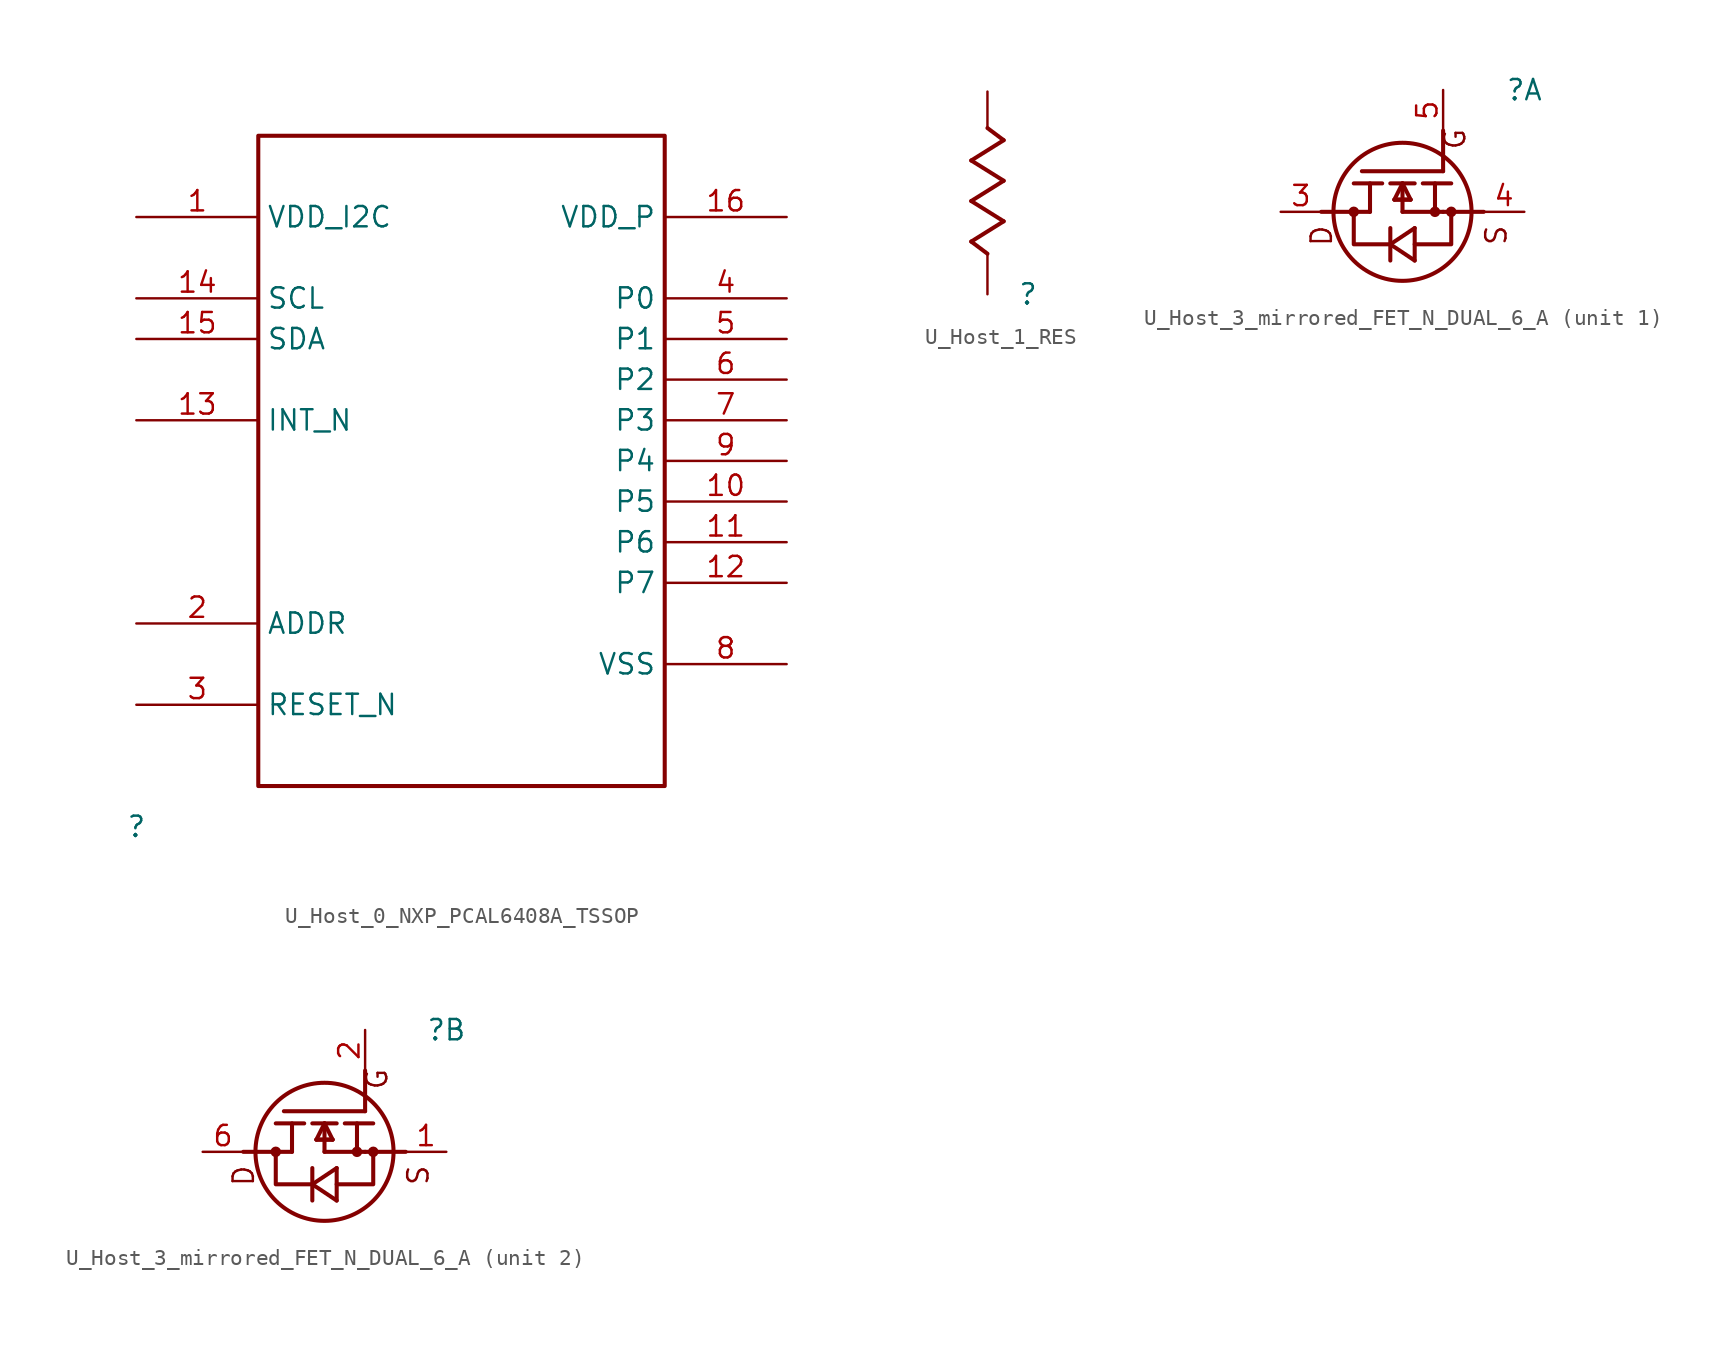
<source format=kicad_sym>
(kicad_symbol_lib
  (version 20231120)
  (generator "kicad_symbol_editor")
  (generator_version "8.0")
  (symbol "U_Host_0_NXP_PCAL6408A_TSSOP"
    (property "Reference" ""
      (at 0 0 0)
      (effects (font (size 1.27 1.27))))
    (property "Value" ""
      (at 0 0 0)
      (effects (font (size 1.27 1.27))))
    (symbol "U_Host_0_NXP_PCAL6408A_TSSOP_1_0"
      (polyline (pts (xy 7.62 2.54) (xy 33.02 2.54) (xy 33.02 43.18) (xy 7.62 43.18) (xy 7.62 2.54)) (stroke (width 0.254) (type solid)) (fill (type none)))
      (pin power_in line (at 0 38.1 0) (length 7.62) (name "VDD_I2C" (effects (font (size 1.27 1.27)))) (number "1" (effects (font (size 1.27 1.27)))))
      (pin bidirectional line (at 40.64 20.32 180) (length 7.62) (name "P5" (effects (font (size 1.27 1.27)))) (number "10" (effects (font (size 1.27 1.27)))))
      (pin bidirectional line (at 40.64 17.78 180) (length 7.62) (name "P6" (effects (font (size 1.27 1.27)))) (number "11" (effects (font (size 1.27 1.27)))))
      (pin bidirectional line (at 40.64 15.24 180) (length 7.62) (name "P7" (effects (font (size 1.27 1.27)))) (number "12" (effects (font (size 1.27 1.27)))))
      (pin open_collector line (at 0 25.4 0) (length 7.62) (name "INT_N" (effects (font (size 1.27 1.27)))) (number "13" (effects (font (size 1.27 1.27)))))
      (pin input line (at 0 33.02 0) (length 7.62) (name "SCL" (effects (font (size 1.27 1.27)))) (number "14" (effects (font (size 1.27 1.27)))))
      (pin bidirectional line (at 0 30.48 0) (length 7.62) (name "SDA" (effects (font (size 1.27 1.27)))) (number "15" (effects (font (size 1.27 1.27)))))
      (pin power_in line (at 40.64 38.1 180) (length 7.62) (name "VDD_P" (effects (font (size 1.27 1.27)))) (number "16" (effects (font (size 1.27 1.27)))))
      (pin input line (at 0 12.7 0) (length 7.62) (name "ADDR" (effects (font (size 1.27 1.27)))) (number "2" (effects (font (size 1.27 1.27)))))
      (pin input line (at 0 7.62 0) (length 7.62) (name "RESET_N" (effects (font (size 1.27 1.27)))) (number "3" (effects (font (size 1.27 1.27)))))
      (pin bidirectional line (at 40.64 33.02 180) (length 7.62) (name "P0" (effects (font (size 1.27 1.27)))) (number "4" (effects (font (size 1.27 1.27)))))
      (pin bidirectional line (at 40.64 30.48 180) (length 7.62) (name "P1" (effects (font (size 1.27 1.27)))) (number "5" (effects (font (size 1.27 1.27)))))
      (pin bidirectional line (at 40.64 27.94 180) (length 7.62) (name "P2" (effects (font (size 1.27 1.27)))) (number "6" (effects (font (size 1.27 1.27)))))
      (pin bidirectional line (at 40.64 25.4 180) (length 7.62) (name "P3" (effects (font (size 1.27 1.27)))) (number "7" (effects (font (size 1.27 1.27)))))
      (pin power_in line (at 40.64 10.16 180) (length 7.62) (name "VSS" (effects (font (size 1.27 1.27)))) (number "8" (effects (font (size 1.27 1.27)))))
      (pin bidirectional line (at 40.64 22.86 180) (length 7.62) (name "P4" (effects (font (size 1.27 1.27)))) (number "9" (effects (font (size 1.27 1.27)))))))
  (symbol "U_Host_1_RES"
    (property "Reference" ""
      (at 0 0 0)
      (effects (font (size 1.27 1.27))))
    (property "Value" ""
      (at 0 0 0)
      (effects (font (size 1.27 1.27))))
    (symbol "U_Host_1_RES_1_0"
      (polyline (pts (xy -3.556 3.302) (xy -1.524 4.572)) (stroke (width 0.254) (type solid)) (fill (type none)))
      (polyline (pts (xy -3.556 5.842) (xy -1.524 7.112)) (stroke (width 0.254) (type solid)) (fill (type none)))
      (polyline (pts (xy -3.556 8.382) (xy -1.524 9.652)) (stroke (width 0.254) (type solid)) (fill (type none)))
      (polyline (pts (xy -2.54 2.54) (xy -3.556 3.302)) (stroke (width 0.254) (type solid)) (fill (type none)))
      (polyline (pts (xy -1.524 4.572) (xy -3.556 5.842)) (stroke (width 0.254) (type solid)) (fill (type none)))
      (polyline (pts (xy -1.524 7.112) (xy -3.556 8.382)) (stroke (width 0.254) (type solid)) (fill (type none)))
      (polyline (pts (xy -1.524 9.652) (xy -2.54 10.414)) (stroke (width 0.254) (type solid)) (fill (type none)))
      (pin passive line (at -2.54 0 90) (length 2.54) (name "1" (effects (font (size 0 0)))) (number "1" (effects (font (size 0 0)))))
      (pin passive line (at -2.54 12.7 270) (length 2.286) (name "2" (effects (font (size 0 0)))) (number "2" (effects (font (size 0 0)))))))
  (symbol "U_Host_3_mirrored_FET_N_DUAL_6_A"
    (property "Reference" ""
      (at 0 0 0)
      (effects (font (size 1.27 1.27))))
    (property "Value" ""
      (at 0 0 0)
      (effects (font (size 1.27 1.27))))
    (symbol "U_Host_3_mirrored_FET_N_DUAL_6_A_1_0"
      (circle (center -10.668 -7.62) (radius 0.203) (stroke (width 0.254) (type solid)) (fill (type none)))
      (circle (center -7.62 -7.62) (radius 4.318) (stroke (width 0.254) (type solid)) (fill (type none)))
      (circle (center -5.588 -7.62) (radius 0.203) (stroke (width 0.254) (type solid)) (fill (type none)))
      (circle (center -4.572 -7.62) (radius 0.203) (stroke (width 0.254) (type solid)) (fill (type none)))
      (polyline (pts (xy -12.7 -7.62) (xy -9.652 -7.62)) (stroke (width 0.254) (type solid)) (fill (type none)))
      (polyline (pts (xy -10.668 -5.842) (xy -8.89 -5.842)) (stroke (width 0.254) (type solid)) (fill (type none)))
      (polyline (pts (xy -10.16 -5.08) (xy -5.08 -5.08)) (stroke (width 0.254) (type solid)) (fill (type none)))
      (polyline (pts (xy -9.652 -7.62) (xy -9.652 -5.842)) (stroke (width 0.254) (type solid)) (fill (type none)))
      (polyline (pts (xy -8.382 -9.652) (xy -6.858 -10.668)) (stroke (width 0.254) (type solid)) (fill (type none)))
      (polyline (pts (xy -8.382 -8.636) (xy -8.382 -10.668)) (stroke (width 0.254) (type solid)) (fill (type none)))
      (polyline (pts (xy -8.382 -5.842) (xy -6.858 -5.842)) (stroke (width 0.254) (type solid)) (fill (type none)))
      (polyline (pts (xy -8.128 -6.858) (xy -7.112 -6.858)) (stroke (width 0.254) (type solid)) (fill (type none)))
      (polyline (pts (xy -8.128 -6.858) (xy -7.112 -6.858)) (stroke (width 0.254) (type solid)) (fill (type none)))
      (polyline (pts (xy -7.62 -7.62) (xy -7.62 -5.842)) (stroke (width 0.254) (type solid)) (fill (type none)))
      (polyline (pts (xy -7.62 -5.842) (xy -8.128 -6.858)) (stroke (width 0.254) (type solid)) (fill (type none)))
      (polyline (pts (xy -7.112 -6.858) (xy -7.62 -5.842)) (stroke (width 0.254) (type solid)) (fill (type none)))
      (polyline (pts (xy -6.858 -10.668) (xy -6.858 -8.636)) (stroke (width 0.254) (type solid)) (fill (type none)))
      (polyline (pts (xy -6.858 -8.636) (xy -8.382 -9.652)) (stroke (width 0.254) (type solid)) (fill (type none)))
      (polyline (pts (xy -6.35 -5.842) (xy -4.572 -5.842)) (stroke (width 0.254) (type solid)) (fill (type none)))
      (polyline (pts (xy -5.588 -5.842) (xy -5.588 -7.62)) (stroke (width 0.254) (type solid)) (fill (type none)))
      (polyline (pts (xy -5.08 -7.62) (xy -7.62 -7.62)) (stroke (width 0.254) (type solid)) (fill (type none)))
      (polyline (pts (xy -5.08 -7.62) (xy -2.54 -7.62)) (stroke (width 0.254) (type solid)) (fill (type none)))
      (polyline (pts (xy -5.08 -5.08) (xy -5.08 -2.54)) (stroke (width 0.254) (type solid)) (fill (type none)))
      (polyline (pts (xy -8.382 -9.652) (xy -10.668 -9.652) (xy -10.668 -7.62)) (stroke (width 0.254) (type solid)) (fill (type none)))
      (polyline (pts (xy -6.858 -9.652) (xy -4.572 -9.652) (xy -4.572 -7.62)) (stroke (width 0.254) (type solid)) (fill (type none)))
      (text "D" (at -11.938 -8.382 900) (effects (font (size 1.27 1.27)) (justify right bottom)))
      (text "G" (at -5.08 -3.81 900) (effects (font (size 1.27 1.27)) (justify left top)))
      (text "S" (at -1.016 -8.382 900) (effects (font (size 1.27 1.27)) (justify right bottom)))
      (pin passive line (at -15.24 -7.62 0) (length 2.54) (name "D" (effects (font (size 0 0)))) (number "3" (effects (font (size 1.27 1.27)))))
      (pin passive line (at 0 -7.62 180) (length 2.54) (name "S" (effects (font (size 0 0)))) (number "4" (effects (font (size 1.27 1.27)))))
      (pin passive line (at -5.08 0 270) (length 2.54) (name "G" (effects (font (size 0 0)))) (number "5" (effects (font (size 1.27 1.27))))))
    (symbol "U_Host_3_mirrored_FET_N_DUAL_6_A_2_0"
      (circle (center -10.668 -7.62) (radius 0.203) (stroke (width 0.254) (type solid)) (fill (type none)))
      (circle (center -7.62 -7.62) (radius 4.318) (stroke (width 0.254) (type solid)) (fill (type none)))
      (circle (center -5.588 -7.62) (radius 0.203) (stroke (width 0.254) (type solid)) (fill (type none)))
      (circle (center -4.572 -7.62) (radius 0.203) (stroke (width 0.254) (type solid)) (fill (type none)))
      (polyline (pts (xy -12.7 -7.62) (xy -9.652 -7.62)) (stroke (width 0.254) (type solid)) (fill (type none)))
      (polyline (pts (xy -10.668 -5.842) (xy -8.89 -5.842)) (stroke (width 0.254) (type solid)) (fill (type none)))
      (polyline (pts (xy -10.16 -5.08) (xy -5.08 -5.08)) (stroke (width 0.254) (type solid)) (fill (type none)))
      (polyline (pts (xy -9.652 -7.62) (xy -9.652 -5.842)) (stroke (width 0.254) (type solid)) (fill (type none)))
      (polyline (pts (xy -8.382 -9.652) (xy -6.858 -10.668)) (stroke (width 0.254) (type solid)) (fill (type none)))
      (polyline (pts (xy -8.382 -8.636) (xy -8.382 -10.668)) (stroke (width 0.254) (type solid)) (fill (type none)))
      (polyline (pts (xy -8.382 -5.842) (xy -6.858 -5.842)) (stroke (width 0.254) (type solid)) (fill (type none)))
      (polyline (pts (xy -8.128 -6.858) (xy -7.112 -6.858)) (stroke (width 0.254) (type solid)) (fill (type none)))
      (polyline (pts (xy -8.128 -6.858) (xy -7.112 -6.858)) (stroke (width 0.254) (type solid)) (fill (type none)))
      (polyline (pts (xy -7.62 -7.62) (xy -7.62 -5.842)) (stroke (width 0.254) (type solid)) (fill (type none)))
      (polyline (pts (xy -7.62 -5.842) (xy -8.128 -6.858)) (stroke (width 0.254) (type solid)) (fill (type none)))
      (polyline (pts (xy -7.112 -6.858) (xy -7.62 -5.842)) (stroke (width 0.254) (type solid)) (fill (type none)))
      (polyline (pts (xy -6.858 -10.668) (xy -6.858 -8.636)) (stroke (width 0.254) (type solid)) (fill (type none)))
      (polyline (pts (xy -6.858 -8.636) (xy -8.382 -9.652)) (stroke (width 0.254) (type solid)) (fill (type none)))
      (polyline (pts (xy -6.35 -5.842) (xy -4.572 -5.842)) (stroke (width 0.254) (type solid)) (fill (type none)))
      (polyline (pts (xy -5.588 -5.842) (xy -5.588 -7.62)) (stroke (width 0.254) (type solid)) (fill (type none)))
      (polyline (pts (xy -5.08 -7.62) (xy -7.62 -7.62)) (stroke (width 0.254) (type solid)) (fill (type none)))
      (polyline (pts (xy -5.08 -7.62) (xy -2.54 -7.62)) (stroke (width 0.254) (type solid)) (fill (type none)))
      (polyline (pts (xy -5.08 -5.08) (xy -5.08 -2.54)) (stroke (width 0.254) (type solid)) (fill (type none)))
      (polyline (pts (xy -8.382 -9.652) (xy -10.668 -9.652) (xy -10.668 -7.62)) (stroke (width 0.254) (type solid)) (fill (type none)))
      (polyline (pts (xy -6.858 -9.652) (xy -4.572 -9.652) (xy -4.572 -7.62)) (stroke (width 0.254) (type solid)) (fill (type none)))
      (text "D" (at -11.938 -8.382 900) (effects (font (size 1.27 1.27)) (justify right bottom)))
      (text "G" (at -5.08 -3.81 900) (effects (font (size 1.27 1.27)) (justify left top)))
      (text "S" (at -1.016 -8.382 900) (effects (font (size 1.27 1.27)) (justify right bottom)))
      (pin passive line (at 0 -7.62 180) (length 2.54) (name "S" (effects (font (size 0 0)))) (number "1" (effects (font (size 1.27 1.27)))))
      (pin passive line (at -5.08 0 270) (length 2.54) (name "G" (effects (font (size 0 0)))) (number "2" (effects (font (size 1.27 1.27)))))
      (pin passive line (at -15.24 -7.62 0) (length 2.54) (name "D" (effects (font (size 0 0)))) (number "6" (effects (font (size 1.27 1.27))))))))
</source>
